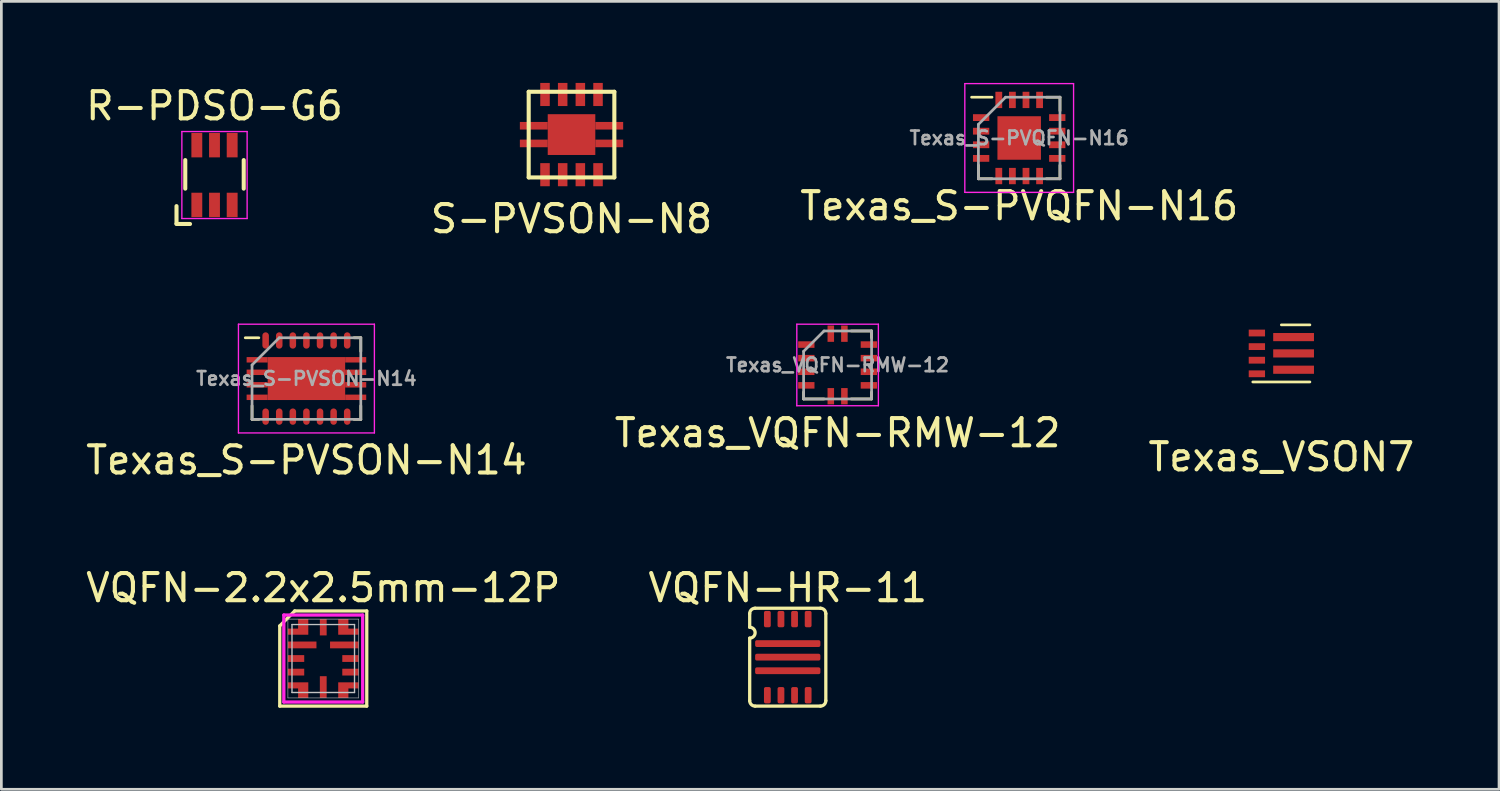
<source format=kicad_pcb>
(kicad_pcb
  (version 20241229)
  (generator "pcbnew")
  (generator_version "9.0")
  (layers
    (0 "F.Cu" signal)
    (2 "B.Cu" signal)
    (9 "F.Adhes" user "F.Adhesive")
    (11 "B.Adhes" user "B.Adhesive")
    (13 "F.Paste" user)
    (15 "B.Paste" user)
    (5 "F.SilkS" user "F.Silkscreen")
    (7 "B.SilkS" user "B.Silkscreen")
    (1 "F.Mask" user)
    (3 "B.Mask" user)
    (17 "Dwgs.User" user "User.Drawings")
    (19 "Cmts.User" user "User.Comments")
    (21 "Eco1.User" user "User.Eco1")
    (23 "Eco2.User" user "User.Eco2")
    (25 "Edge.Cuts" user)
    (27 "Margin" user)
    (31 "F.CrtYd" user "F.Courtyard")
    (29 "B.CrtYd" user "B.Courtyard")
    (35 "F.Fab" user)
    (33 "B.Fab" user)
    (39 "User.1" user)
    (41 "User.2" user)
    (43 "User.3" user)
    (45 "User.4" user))
  (footprint "VQFN-HR-11"
    (layer "F.Cu")
    (at 25.923 21.12)
    (property "Reference" "VQFN-HR-11" (at 0 -2.55 0) (layer "F.SilkS") (effects (font (size 1 1) (thickness 0.15))))
    (attr through_hole)
    (fp_line (start -1.4 -1.1) (end -1.4 -1.6) (stroke (width 0.12) (type solid)) (layer "F.SilkS"))
    (fp_line (start -1.4 -0.7) (end -1.4 1.6) (stroke (width 0.12) (type solid)) (layer "F.SilkS"))
    (fp_line (start -1.2 -1.8) (end 1.2 -1.8) (stroke (width 0.12) (type solid)) (layer "F.SilkS"))
    (fp_line (start -1.2 1.8) (end 1.2 1.8) (stroke (width 0.12) (type solid)) (layer "F.SilkS"))
    (fp_line (start 1.4 -1.6) (end 1.4 1.6) (stroke (width 0.12) (type solid)) (layer "F.SilkS"))
    (fp_arc (start -1.4 -1.6) (mid -1.341421 -1.741421) (end -1.2 -1.8) (stroke (width 0.12) (type solid)) (layer "F.SilkS"))
    (fp_arc (start -1.4 -1.1) (mid -1.2 -0.9) (end -1.4 -0.7) (stroke (width 0.12) (type solid)) (layer "F.SilkS"))
    (fp_arc (start -1.2 1.8) (mid -1.341421 1.741421) (end -1.4 1.6) (stroke (width 0.12) (type solid)) (layer "F.SilkS"))
    (fp_arc (start 1.2 -1.8) (mid 1.341421 -1.741421) (end 1.4 -1.6) (stroke (width 0.12) (type solid)) (layer "F.SilkS"))
    (fp_arc (start 1.4 1.6) (mid 1.341421 1.741421) (end 1.2 1.8) (stroke (width 0.12) (type solid)) (layer "F.SilkS"))
    (pad "1" smd roundrect (at 0 -0.5) (size 2.4 0.25) (layers "F.Cu" "F.Mask" "F.Paste") (roundrect_rratio 0.25))
    (pad "2" smd roundrect (at 0 0) (size 2.4 0.25) (layers "F.Cu" "F.Mask" "F.Paste") (roundrect_rratio 0.25))
    (pad "3" smd roundrect (at 0 0.5) (size 2.4 0.25) (layers "F.Cu" "F.Mask" "F.Paste") (roundrect_rratio 0.25))
    (pad "4" smd roundrect (at -0.75 1.4 180) (size 0.25 0.6) (layers "F.Cu" "F.Mask" "F.Paste") (roundrect_rratio 0.25))
    (pad "5" smd roundrect (at -0.25 1.4 180) (size 0.25 0.6) (layers "F.Cu" "F.Mask" "F.Paste") (roundrect_rratio 0.25))
    (pad "6" smd roundrect (at 0.25 1.4 180) (size 0.25 0.6) (layers "F.Cu" "F.Mask" "F.Paste") (roundrect_rratio 0.25))
    (pad "7" smd roundrect (at 0.75 1.4 180) (size 0.25 0.6) (layers "F.Cu" "F.Mask" "F.Paste") (roundrect_rratio 0.25))
    (pad "8" smd roundrect (at 0.75 -1.4 180) (size 0.25 0.6) (layers "F.Cu" "F.Mask" "F.Paste") (roundrect_rratio 0.25))
    (pad "9" smd roundrect (at 0.25 -1.4 180) (size 0.25 0.6) (layers "F.Cu" "F.Mask" "F.Paste") (roundrect_rratio 0.25))
    (pad "10" smd roundrect (at -0.25 -1.4 180) (size 0.25 0.6) (layers "F.Cu" "F.Mask" "F.Paste") (roundrect_rratio 0.25))
    (pad "11" smd roundrect (at -0.75 -1.4 180) (size 0.25 0.6) (layers "F.Cu" "F.Mask" "F.Paste") (roundrect_rratio 0.25)))
  (footprint "Texas_VQFN-RMW-12"
    (layer "F.Cu")
    (at 27.756 10.373)
    (property "Reference" "Texas_VQFN-RMW-12" (at 0 2.5 0) (layer "F.SilkS") (effects (font (size 1 1) (thickness 0.15))))
    (attr through_hole)
    (fp_line (start -1.25 1) (end -1.25 1.25) (stroke (width 0.1) (type solid)) (layer "F.SilkS"))
    (fp_line (start -1.25 1.25) (end -0.5 1.25) (stroke (width 0.1) (type solid)) (layer "F.SilkS"))
    (fp_line (start 0.5 -1.25) (end 1.25 -1.25) (stroke (width 0.1) (type solid)) (layer "F.SilkS"))
    (fp_line (start 1.25 -1.25) (end 1.25 -1) (stroke (width 0.1) (type solid)) (layer "F.SilkS"))
    (fp_line (start 1.25 1) (end 1.25 1.25) (stroke (width 0.1) (type solid)) (layer "F.SilkS"))
    (fp_line (start 1.25 1.25) (end 0.5 1.25) (stroke (width 0.1) (type solid)) (layer "F.SilkS"))
    (fp_line (start -1.5 -1.5) (end 1.5 -1.5) (stroke (width 0.05) (type solid)) (layer "F.CrtYd"))
    (fp_line (start -1.5 1.5) (end -1.5 -1.5) (stroke (width 0.05) (type solid)) (layer "F.CrtYd"))
    (fp_line (start 1.5 -1.5) (end 1.5 1.5) (stroke (width 0.05) (type solid)) (layer "F.CrtYd"))
    (fp_line (start 1.5 1.5) (end -1.5 1.5) (stroke (width 0.05) (type solid)) (layer "F.CrtYd"))
    (fp_line (start -1.25 -0.5) (end -0.5 -1.25) (stroke (width 0.1) (type solid)) (layer "F.Fab"))
    (fp_line (start -1.25 1.25) (end -1.25 -0.5) (stroke (width 0.1) (type solid)) (layer "F.Fab"))
    (fp_line (start -0.5 -1.25) (end 1.25 -1.25) (stroke (width 0.1) (type solid)) (layer "F.Fab"))
    (fp_line (start 1.25 -1.25) (end 1.25 1.25) (stroke (width 0.1) (type solid)) (layer "F.Fab"))
    (fp_line (start 1.25 1.25) (end -1.25 1.25) (stroke (width 0.1) (type solid)) (layer "F.Fab"))
    (fp_text user "${REFERENCE}" (at 0 0 0) (layer "F.Fab") (effects (font (size 0.5 0.5) (thickness 0.1))))
    (pad "1" smd rect (at -1.15 -0.75) (size 0.6 0.24) (layers "F.Cu" "F.Mask" "F.Paste"))
    (pad "2" smd rect (at -1.15 -0.25) (size 0.6 0.24) (layers "F.Cu" "F.Mask" "F.Paste"))
    (pad "3" smd rect (at -1.15 0.25) (size 0.6 0.24) (layers "F.Cu" "F.Mask" "F.Paste"))
    (pad "4" smd rect (at -1.15 0.75) (size 0.6 0.24) (layers "F.Cu" "F.Mask" "F.Paste"))
    (pad "5" smd rect (at -0.25 1.15 90) (size 0.6 0.24) (layers "F.Cu" "F.Mask" "F.Paste"))
    (pad "6" smd rect (at 0.25 1.15 90) (size 0.6 0.24) (layers "F.Cu" "F.Mask" "F.Paste"))
    (pad "7" smd rect (at 1.15 0.75 180) (size 0.6 0.24) (layers "F.Cu" "F.Mask" "F.Paste"))
    (pad "8" smd rect (at 1.15 0.25) (size 0.6 0.24) (layers "F.Cu" "F.Mask" "F.Paste"))
    (pad "9" smd rect (at 1.15 -0.25) (size 0.6 0.24) (layers "F.Cu" "F.Mask" "F.Paste"))
    (pad "10" smd rect (at 1.15 -0.75) (size 0.6 0.24) (layers "F.Cu" "F.Mask" "F.Paste"))
    (pad "11" smd rect (at 0.25 -1.15 90) (size 0.6 0.24) (layers "F.Cu" "F.Mask" "F.Paste"))
    (pad "12" smd rect (at -0.25 -1.15 90) (size 0.6 0.24) (layers "F.Cu" "F.Mask" "F.Paste")))
  (footprint "Texas_S-PVQFN-N16"
    (layer "F.Cu")
    (at 34.435 2.025)
    (property "Reference" "Texas_S-PVQFN-N16" (at 0 2.5 0) (layer "F.SilkS") (effects (font (size 1 1) (thickness 0.15))))
    (attr through_hole)
    (fp_line (start -1.5 1.5) (end -1.5 1) (stroke (width 0.1) (type solid)) (layer "F.SilkS"))
    (fp_line (start -1 -1.5) (end -1.75 -1.5) (stroke (width 0.1) (type solid)) (layer "F.SilkS"))
    (fp_line (start -1 1.5) (end -1.5 1.5) (stroke (width 0.1) (type solid)) (layer "F.SilkS"))
    (fp_line (start 1 -1.5) (end 1.5 -1.5) (stroke (width 0.1) (type solid)) (layer "F.SilkS"))
    (fp_line (start 1.5 -1.5) (end 1.5 -1) (stroke (width 0.1) (type solid)) (layer "F.SilkS"))
    (fp_line (start 1.5 1) (end 1.5 1.5) (stroke (width 0.1) (type solid)) (layer "F.SilkS"))
    (fp_line (start 1.5 1.5) (end 1 1.5) (stroke (width 0.1) (type solid)) (layer "F.SilkS"))
    (fp_line (start -2 -2) (end 2 -2) (stroke (width 0.05) (type solid)) (layer "F.CrtYd"))
    (fp_line (start -2 2) (end -2 -2) (stroke (width 0.05) (type solid)) (layer "F.CrtYd"))
    (fp_line (start 2 -2) (end 2 2) (stroke (width 0.05) (type solid)) (layer "F.CrtYd"))
    (fp_line (start 2 2) (end -2 2) (stroke (width 0.05) (type solid)) (layer "F.CrtYd"))
    (fp_line (start -1.5 -0.5) (end -0.5 -1.5) (stroke (width 0.1) (type solid)) (layer "F.Fab"))
    (fp_line (start -1.5 1.5) (end -1.5 -0.5) (stroke (width 0.1) (type solid)) (layer "F.Fab"))
    (fp_line (start -0.5 -1.5) (end 1.5 -1.5) (stroke (width 0.1) (type solid)) (layer "F.Fab"))
    (fp_line (start 1.5 -1.5) (end 1.5 1.5) (stroke (width 0.1) (type solid)) (layer "F.Fab"))
    (fp_line (start 1.5 1.5) (end -1.5 1.5) (stroke (width 0.1) (type solid)) (layer "F.Fab"))
    (fp_text user "${REFERENCE}" (at 0 0 0) (layer "F.Fab") (effects (font (size 0.5 0.5) (thickness 0.1))))
    (pad "1" smd rect (at -1.4 -0.75) (size 0.6 0.25) (layers "F.Cu" "F.Mask" "F.Paste"))
    (pad "2" smd rect (at -1.4 -0.25) (size 0.6 0.25) (layers "F.Cu" "F.Mask" "F.Paste"))
    (pad "3" smd rect (at -1.4 0.25) (size 0.6 0.25) (layers "F.Cu" "F.Mask" "F.Paste"))
    (pad "4" smd rect (at -1.4 0.75) (size 0.6 0.25) (layers "F.Cu" "F.Mask" "F.Paste"))
    (pad "5" smd rect (at -0.75 1.4 90) (size 0.6 0.25) (layers "F.Cu" "F.Mask" "F.Paste"))
    (pad "6" smd rect (at -0.25 1.4 90) (size 0.6 0.25) (layers "F.Cu" "F.Mask" "F.Paste"))
    (pad "7" smd rect (at 0.25 1.4 90) (size 0.6 0.25) (layers "F.Cu" "F.Mask" "F.Paste"))
    (pad "8" smd rect (at 0.75 1.4 90) (size 0.6 0.25) (layers "F.Cu" "F.Mask" "F.Paste"))
    (pad "9" smd rect (at 1.4 0.75 180) (size 0.6 0.25) (layers "F.Cu" "F.Mask" "F.Paste"))
    (pad "10" smd rect (at 1.4 0.25) (size 0.6 0.25) (layers "F.Cu" "F.Mask" "F.Paste"))
    (pad "11" smd rect (at 1.4 -0.25) (size 0.6 0.25) (layers "F.Cu" "F.Mask" "F.Paste"))
    (pad "12" smd rect (at 1.4 -0.75) (size 0.6 0.25) (layers "F.Cu" "F.Mask" "F.Paste"))
    (pad "13" smd rect (at 0.75 -1.4 90) (size 0.6 0.25) (layers "F.Cu" "F.Mask" "F.Paste"))
    (pad "14" smd rect (at 0.25 -1.4 90) (size 0.6 0.25) (layers "F.Cu" "F.Mask" "F.Paste"))
    (pad "15" smd rect (at -0.25 -1.4 90) (size 0.6 0.25) (layers "F.Cu" "F.Mask" "F.Paste"))
    (pad "16" smd rect (at -0.75 -1.4 90) (size 0.6 0.25) (layers "F.Cu" "F.Mask" "F.Paste"))
    (pad "17" smd rect (at 0 0 90) (size 1.6 1.6) (layers "F.Cu" "F.Mask" "F.Paste")))
  (footprint "Texas_S-PVSON-N14"
    (layer "F.Cu")
    (at 8.22 10.873)
    (property "Reference" "Texas_S-PVSON-N14" (at 0 3 0) (layer "F.SilkS") (effects (font (size 1 1) (thickness 0.15))))
    (attr through_hole)
    (fp_line (start -2 1.5) (end -2 1) (stroke (width 0.1) (type solid)) (layer "F.SilkS"))
    (fp_line (start -2 1.5) (end -1.75 1.5) (stroke (width 0.1) (type solid)) (layer "F.SilkS"))
    (fp_line (start -1.75 -1.5) (end -2.25 -1.5) (stroke (width 0.1) (type solid)) (layer "F.SilkS"))
    (fp_line (start 2 -1.5) (end 1.75 -1.5) (stroke (width 0.1) (type solid)) (layer "F.SilkS"))
    (fp_line (start 2 -1.5) (end 2 -1) (stroke (width 0.1) (type solid)) (layer "F.SilkS"))
    (fp_line (start 2 1) (end 2 1.5) (stroke (width 0.1) (type solid)) (layer "F.SilkS"))
    (fp_line (start 2 1.5) (end 1.75 1.5) (stroke (width 0.1) (type solid)) (layer "F.SilkS"))
    (fp_line (start -2.5 -2) (end 2.5 -2) (stroke (width 0.05) (type solid)) (layer "F.CrtYd"))
    (fp_line (start -2.5 2) (end -2.5 -2) (stroke (width 0.05) (type solid)) (layer "F.CrtYd"))
    (fp_line (start 2.5 -2) (end 2.5 2) (stroke (width 0.05) (type solid)) (layer "F.CrtYd"))
    (fp_line (start 2.5 2) (end -2.5 2) (stroke (width 0.05) (type solid)) (layer "F.CrtYd"))
    (fp_line (start -2 -0.5) (end -1 -1.5) (stroke (width 0.1) (type solid)) (layer "F.Fab"))
    (fp_line (start -2 1.5) (end -2 -0.5) (stroke (width 0.1) (type solid)) (layer "F.Fab"))
    (fp_line (start -1 -1.5) (end 2 -1.5) (stroke (width 0.1) (type solid)) (layer "F.Fab"))
    (fp_line (start 2 -1.5) (end 2 1.5) (stroke (width 0.1) (type solid)) (layer "F.Fab"))
    (fp_line (start 2 1.5) (end -2 1.5) (stroke (width 0.1) (type solid)) (layer "F.Fab"))
    (fp_text user "${REFERENCE}" (at 0 0 0) (layer "F.Fab") (effects (font (size 0.5 0.5) (thickness 0.1))))
    (pad "1" smd oval (at -1.5 1.4) (size 0.24 0.6) (layers "F.Cu" "F.Mask" "F.Paste"))
    (pad "2" smd oval (at -1 1.4) (size 0.24 0.6) (layers "F.Cu" "F.Mask" "F.Paste"))
    (pad "3" smd oval (at -0.5 1.4) (size 0.24 0.6) (layers "F.Cu" "F.Mask" "F.Paste"))
    (pad "4" smd oval (at 0 1.4) (size 0.24 0.6) (layers "F.Cu" "F.Mask" "F.Paste"))
    (pad "5" smd oval (at 0.5 1.4) (size 0.24 0.6) (layers "F.Cu" "F.Mask" "F.Paste"))
    (pad "6" smd oval (at 1 1.4) (size 0.24 0.6) (layers "F.Cu" "F.Mask" "F.Paste"))
    (pad "7" smd oval (at 1.5 1.4) (size 0.24 0.6) (layers "F.Cu" "F.Mask" "F.Paste"))
    (pad "8" smd oval (at 1.5 -1.4) (size 0.24 0.6) (layers "F.Cu" "F.Mask" "F.Paste"))
    (pad "9" smd oval (at 1 -1.4) (size 0.24 0.6) (layers "F.Cu" "F.Mask" "F.Paste"))
    (pad "10" smd oval (at 0.5 -1.4) (size 0.24 0.6) (layers "F.Cu" "F.Mask" "F.Paste"))
    (pad "11" smd oval (at 0 -1.4) (size 0.24 0.6) (layers "F.Cu" "F.Mask" "F.Paste"))
    (pad "12" smd oval (at -0.5 -1.4) (size 0.24 0.6) (layers "F.Cu" "F.Mask" "F.Paste"))
    (pad "13" smd oval (at -1 -1.4) (size 0.24 0.6) (layers "F.Cu" "F.Mask" "F.Paste"))
    (pad "14" smd oval (at -1.5 -1.4) (size 0.24 0.6) (layers "F.Cu" "F.Mask" "F.Paste"))
    (pad "15" smd rect (at -1.812 -0.69) (size 0.775 0.2) (layers "F.Cu" "F.Mask" "F.Paste"))
    (pad "15" smd rect (at -1.812 -0.23) (size 0.775 0.2) (layers "F.Cu" "F.Mask" "F.Paste"))
    (pad "15" smd rect (at -1.812 0.23) (size 0.775 0.2) (layers "F.Cu" "F.Mask" "F.Paste"))
    (pad "15" smd rect (at -1.812 0.69) (size 0.775 0.2) (layers "F.Cu" "F.Mask" "F.Paste"))
    (pad "15" smd rect (at 0 0) (size 2.85 1.58) (layers "F.Cu" "F.Mask" "F.Paste"))
    (pad "15" smd rect (at 1.812 -0.69) (size 0.775 0.2) (layers "F.Cu" "F.Mask" "F.Paste"))
    (pad "15" smd rect (at 1.812 -0.23) (size 0.775 0.2) (layers "F.Cu" "F.Mask" "F.Paste"))
    (pad "15" smd rect (at 1.812 0.23) (size 0.775 0.2) (layers "F.Cu" "F.Mask" "F.Paste"))
    (pad "15" smd rect (at 1.812 0.69) (size 0.775 0.2) (layers "F.Cu" "F.Mask" "F.Paste")))
  (footprint "VQFN-2.2x2.5mm-12P"
    (layer "F.Cu")
    (at 8.839 21.17)
    (property "Reference" "VQFN-2.2x2.5mm-12P" (at 0 -2.6 0) (layer "F.SilkS") (effects (font (size 1 1) (thickness 0.15))))
    (attr through_hole)
    (fp_line (start -1.6 -1.2) (end -1.05 -1.75) (stroke (width 0.12) (type solid)) (layer "F.SilkS"))
    (fp_line (start -1.6 1.75) (end -1.6 -1.2) (stroke (width 0.12) (type solid)) (layer "F.SilkS"))
    (fp_line (start -1.05 -1.75) (end 1.6 -1.75) (stroke (width 0.12) (type solid)) (layer "F.SilkS"))
    (fp_line (start 1.6 -1.75) (end 1.6 1.75) (stroke (width 0.12) (type solid)) (layer "F.SilkS"))
    (fp_line (start 1.6 1.75) (end -1.6 1.75) (stroke (width 0.12) (type solid)) (layer "F.SilkS"))
    (fp_line (start -1.3 -1.45) (end 1.3 -1.45) (stroke (width 0.02) (type solid)) (layer "Dwgs.User"))
    (fp_line (start -1.3 1.45) (end -1.3 -1.45) (stroke (width 0.02) (type solid)) (layer "Dwgs.User"))
    (fp_line (start -1.3 1.45) (end 1.3 1.45) (stroke (width 0.02) (type solid)) (layer "Dwgs.User"))
    (fp_line (start -1.15 -1.25) (end -1.15 1.25) (stroke (width 0.05) (type solid)) (layer "Dwgs.User"))
    (fp_line (start -1.15 -1.25) (end 1.15 -1.25) (stroke (width 0.05) (type solid)) (layer "Dwgs.User"))
    (fp_line (start -1.15 1.25) (end 1.15 1.25) (stroke (width 0.05) (type solid)) (layer "Dwgs.User"))
    (fp_line (start 1.15 -1.25) (end 1.15 1.25) (stroke (width 0.05) (type solid)) (layer "Dwgs.User"))
    (fp_line (start 1.3 1.45) (end 1.3 -1.45) (stroke (width 0.02) (type solid)) (layer "Dwgs.User"))
    (fp_line (start -1.45 -1.6) (end 1.45 -1.6) (stroke (width 0.12) (type solid)) (layer "F.CrtYd"))
    (fp_line (start -1.45 1.6) (end -1.45 -1.6) (stroke (width 0.12) (type solid)) (layer "F.CrtYd"))
    (fp_line (start 1.45 -1.6) (end 1.45 1.6) (stroke (width 0.12) (type solid)) (layer "F.CrtYd"))
    (fp_line (start 1.45 1.6) (end -1.45 1.6) (stroke (width 0.12) (type solid)) (layer "F.CrtYd"))
    (pad "1" smd custom (at -0.925 -0.988) (size 0.75 0.225) (layers "F.Cu" "F.Mask" "F.Paste") (options (anchor rect)) (primitives (gr_poly (pts (xy 0 0.113) (xy 0.375 0.113) (xy 0.375 -0.463) (xy 0 -0.463)) (width 0) (fill yes))))
    (pad "2" smd rect (at -0.775 -0.5) (size 1.05 0.25) (layers "F.Cu" "F.Mask" "F.Paste"))
    (pad "3" smd rect (at -1 0) (size 0.6 0.25) (layers "F.Cu" "F.Mask" "F.Paste"))
    (pad "4" smd rect (at -1 0.5) (size 0.6 0.25) (layers "F.Cu" "F.Mask" "F.Paste"))
    (pad "5" smd custom (at -0.925 0.988) (size 0.75 0.225) (layers "F.Cu" "F.Mask" "F.Paste") (options (anchor rect)) (primitives (gr_poly (pts (xy 0 0) (xy 0.375 0) (xy 0.375 0.463) (xy 0 0.463)) (width 0) (fill yes))))
    (pad "6" smd rect (at 0 1.05) (size 0.25 0.8) (layers "F.Cu" "F.Mask" "F.Paste"))
    (pad "7" smd custom (at 0.925 0.988) (size 0.75 0.225) (layers "F.Cu" "F.Mask" "F.Paste") (options (anchor rect)) (primitives (gr_poly (pts (xy 0 0) (xy -0.375 0) (xy -0.375 0.463) (xy 0 0.463)) (width 0) (fill yes))))
    (pad "8" smd rect (at 1 0.5) (size 0.6 0.25) (layers "F.Cu" "F.Mask" "F.Paste"))
    (pad "9" smd rect (at 1 0) (size 0.6 0.25) (layers "F.Cu" "F.Mask" "F.Paste"))
    (pad "10" smd rect (at 0.775 -0.5) (size 1.05 0.25) (layers "F.Cu" "F.Mask" "F.Paste"))
    (pad "11" smd custom (at 0.925 -0.988) (size 0.75 0.225) (layers "F.Cu" "F.Mask" "F.Paste") (options (anchor rect)) (primitives (gr_poly (pts (xy 0 0.113) (xy -0.375 0.113) (xy -0.375 -0.463) (xy 0 -0.463)) (width 0) (fill yes))))
    (pad "12" smd rect (at 0 -1.15) (size 0.25 0.6) (layers "F.Cu" "F.Mask" "F.Paste")))
  (footprint "R-PDSO-G6"
    (layer "F.Cu")
    (at 4.839 3.388)
    (property "Reference" "R-PDSO-G6" (at 0 -2.54 0) (layer "F.SilkS") (effects (font (size 1 1) (thickness 0.15))))
    (attr smd)
    (fp_line (start -1.4 1.8) (end -0.9 1.8) (stroke (width 0.15) (type solid)) (layer "F.SilkS"))
    (fp_line (start -1.397 1.143) (end -1.397 1.778) (stroke (width 0.15) (type solid)) (layer "F.SilkS"))
    (fp_line (start -1.075 -0.55) (end -1.075 0.5) (stroke (width 0.15) (type solid)) (layer "F.SilkS"))
    (fp_line (start 1.075 0.5) (end 1.075 -0.55) (stroke (width 0.15) (type solid)) (layer "F.SilkS"))
    (fp_line (start -1.2 -1.6) (end 1.2 -1.6) (stroke (width 0.05) (type solid)) (layer "F.CrtYd"))
    (fp_line (start -1.2 1.6) (end -1.2 -1.6) (stroke (width 0.05) (type solid)) (layer "F.CrtYd"))
    (fp_line (start 1.2 -1.6) (end 1.2 1.6) (stroke (width 0.05) (type solid)) (layer "F.CrtYd"))
    (fp_line (start 1.2 1.6) (end -1.2 1.6) (stroke (width 0.05) (type solid)) (layer "F.CrtYd"))
    (pad "1" smd rect (at -0.65 1.1) (size 0.4 0.9) (layers "F.Cu" "F.Mask" "F.Paste"))
    (pad "2" smd rect (at 0 1.1) (size 0.4 0.9) (layers "F.Cu" "F.Mask" "F.Paste"))
    (pad "3" smd rect (at 0.65 1.1) (size 0.4 0.9) (layers "F.Cu" "F.Mask" "F.Paste"))
    (pad "4" smd rect (at 0.65 -1.1) (size 0.4 0.9) (layers "F.Cu" "F.Mask" "F.Paste"))
    (pad "5" smd rect (at 0 -1.1) (size 0.4 0.9) (layers "F.Cu" "F.Mask" "F.Paste"))
    (pad "6" smd rect (at -0.65 -1.1) (size 0.4 0.9) (layers "F.Cu" "F.Mask" "F.Paste")))
  (footprint "Texas_VSON7"
    (layer "F.Cu")
    (at 44.077 9.948)
    (property "Reference" "Texas_VSON7" (at 0 3.81 0) (layer "F.SilkS") (effects (font (size 1 1) (thickness 0.15))))
    (attr through_hole)
    (fp_line (start -1.05 1.05) (end 1.05 1.05) (stroke (width 0.1) (type solid)) (layer "F.SilkS"))
    (fp_line (start 1.05 -1.05) (end 0 -1.05) (stroke (width 0.1) (type solid)) (layer "F.SilkS"))
    (pad "1" smd rect (at -0.9 -0.75) (size 0.6 0.25) (layers "F.Cu" "F.Mask" "F.Paste"))
    (pad "2" smd rect (at -0.9 -0.25) (size 0.6 0.25) (layers "F.Cu" "F.Mask" "F.Paste"))
    (pad "3" smd rect (at -0.9 0.25) (size 0.6 0.25) (layers "F.Cu" "F.Mask" "F.Paste"))
    (pad "4" smd rect (at -0.9 0.75) (size 0.6 0.25) (layers "F.Cu" "F.Mask" "F.Paste"))
    (pad "5" smd rect (at 0.45 0.6) (size 1.5 0.3) (layers "F.Cu" "F.Mask" "F.Paste"))
    (pad "6" smd rect (at 0.45 0) (size 1.5 0.3) (layers "F.Cu" "F.Mask" "F.Paste"))
    (pad "7" smd rect (at 0.45 -0.6) (size 1.5 0.3) (layers "F.Cu" "F.Mask" "F.Paste")))
  (footprint "S-PVSON-N8"
    (layer "F.Cu")
    (at 17.97 1.9)
    (property "Reference" "S-PVSON-N8" (at 0 3.1 0) (layer "F.SilkS") (effects (font (size 1 1) (thickness 0.15))))
    (attr through_hole)
    (fp_line (start -1.575 -1.575) (end 1.575 -1.575) (stroke (width 0.15) (type solid)) (layer "F.SilkS"))
    (fp_line (start -1.575 1.575) (end -1.575 -1.575) (stroke (width 0.15) (type solid)) (layer "F.SilkS"))
    (fp_line (start 1.575 -1.575) (end 1.575 1.575) (stroke (width 0.15) (type solid)) (layer "F.SilkS"))
    (fp_line (start 1.575 1.575) (end -1.575 1.575) (stroke (width 0.15) (type solid)) (layer "F.SilkS"))
    (pad "1" smd rect (at -0.975 1.475) (size 0.35 0.85) (layers "F.Cu" "F.Mask" "F.Paste"))
    (pad "2" smd rect (at -0.325 1.475) (size 0.35 0.85) (layers "F.Cu" "F.Mask" "F.Paste"))
    (pad "3" smd rect (at 0.325 1.475) (size 0.35 0.85) (layers "F.Cu" "F.Mask" "F.Paste"))
    (pad "4" smd rect (at 0.975 1.475) (size 0.35 0.85) (layers "F.Cu" "F.Mask" "F.Paste"))
    (pad "5" smd rect (at 0.975 -1.475) (size 0.35 0.85) (layers "F.Cu" "F.Mask" "F.Paste"))
    (pad "6" smd rect (at 0.325 -1.475) (size 0.35 0.85) (layers "F.Cu" "F.Mask" "F.Paste"))
    (pad "7" smd rect (at -0.325 -1.475) (size 0.35 0.85) (layers "F.Cu" "F.Mask" "F.Paste"))
    (pad "8" smd rect (at -0.975 -1.475) (size 0.35 0.85) (layers "F.Cu" "F.Mask" "F.Paste"))
    (pad "9" smd rect (at 0 0) (size 1.75 1.5) (layers "F.Cu" "F.Mask" "F.Paste"))
    (pad "10" smd rect (at -1.387 -0.325) (size 1.025 0.28) (layers "F.Cu" "F.Mask" "F.Paste"))
    (pad "11" smd rect (at -1.387 0.325) (size 1.025 0.28) (layers "F.Cu" "F.Mask" "F.Paste"))
    (pad "12" smd rect (at 1.387 -0.325) (size 1.025 0.28) (layers "F.Cu" "F.Mask" "F.Paste"))
    (pad "13" smd rect (at 1.387 0.325) (size 1.025 0.28) (layers "F.Cu" "F.Mask" "F.Paste")))
  (gr_rect
    (start -3 -3)
    (end 52.083 25.98)
    (stroke (width 0.1) (type default))
    (fill no)
    (layer "Edge.Cuts")))
</source>
